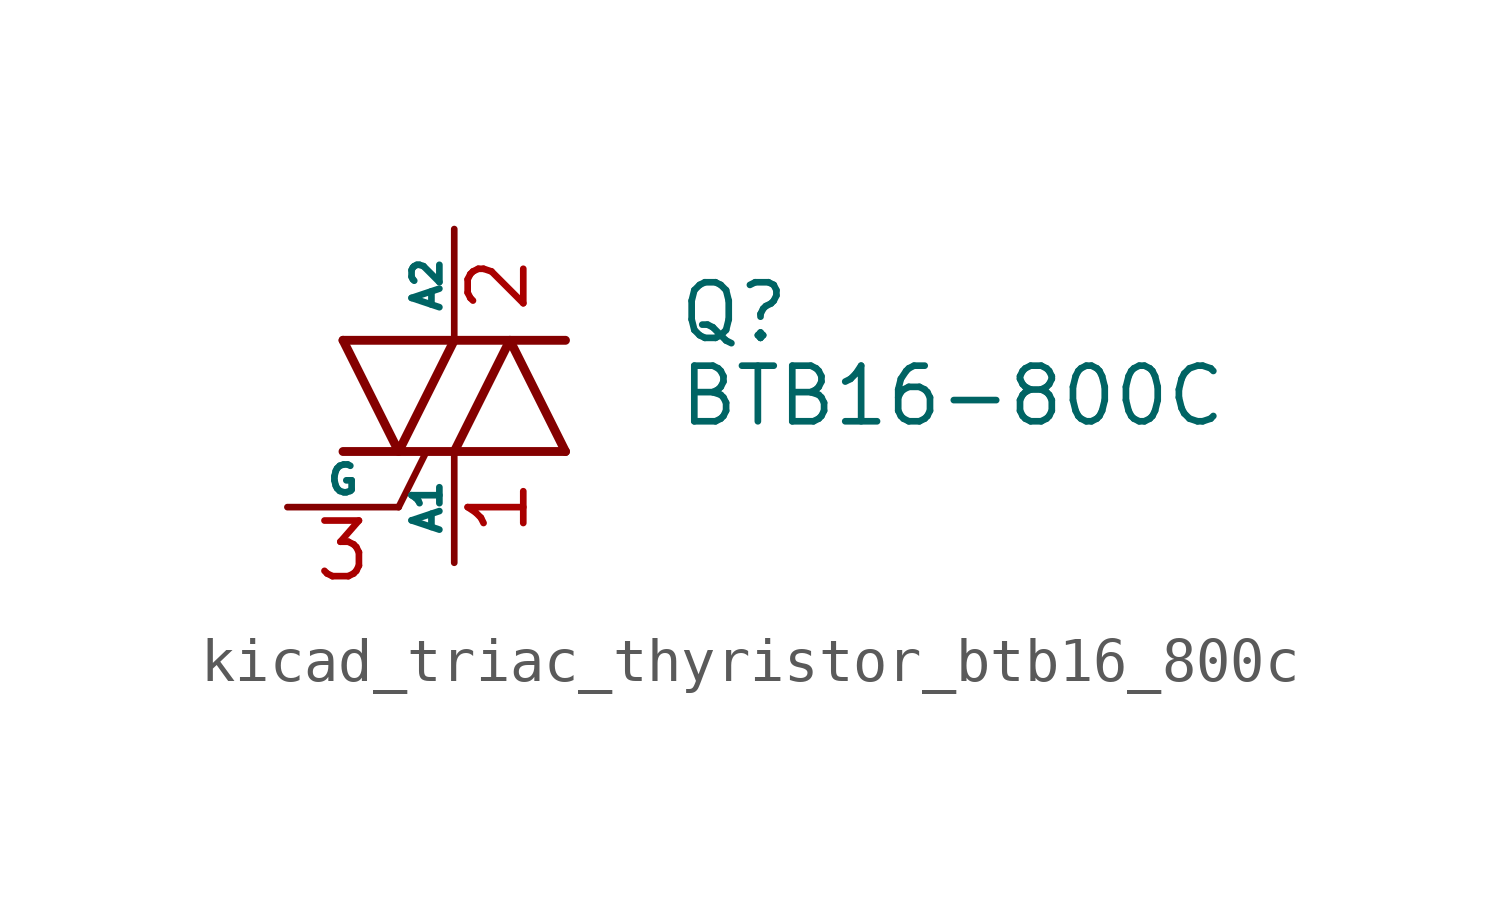
<source format=kicad_sym>
(kicad_symbol_lib
  (version 20220914)
  (generator kicad_symbol_editor)
  (symbol "kicad_triac_thyristor_btb16_800c"
    (pin_names
      (offset 0))
    (property "Reference" "Q"
      (at 5.08 1.905 0)
      (effects (font (size 1.27 1.27)) (justify left)))
    (property "Value" "BTB16-800C"
      (at 5.08 0 0)
      (effects (font (size 1.27 1.27)) (justify left)))
    (symbol "kicad_triac_thyristor_btb16_800c_0_1"
      (polyline (pts (xy -2.54 -1.27) (xy 2.54 -1.27)) (stroke (width 0.203) (type default)) (fill (type none)))
      (polyline (pts (xy -2.54 1.27) (xy 2.54 1.27)) (stroke (width 0.203) (type default)) (fill (type none)))
      (polyline (pts (xy -1.27 -2.54) (xy -0.635 -1.27)) (stroke (width 0) (type default)) (fill (type none)))
      (polyline (pts (xy -2.54 1.27) (xy -1.27 -1.27) (xy 0 1.27)) (stroke (width 0.203) (type default)) (fill (type none)))
      (polyline (pts (xy 0 -1.27) (xy 1.27 1.27) (xy 2.54 -1.27)) (stroke (width 0.203) (type default)) (fill (type none))))
    (symbol "kicad_triac_thyristor_btb16_800c_1_1"
      (pin passive line (at 0 -3.81 90) (length 2.54) (name "A1" (effects (font (size 0.635 0.635)))) (number "1" (effects (font (size 1.27 1.27)))))
      (pin passive line (at 0 3.81 270) (length 2.54) (name "A2" (effects (font (size 0.635 0.635)))) (number "2" (effects (font (size 1.27 1.27)))))
      (pin input line (at -3.81 -2.54 0) (length 2.54) (name "G" (effects (font (size 0.635 0.635)))) (number "3" (effects (font (size 1.27 1.27))))))))
</source>
